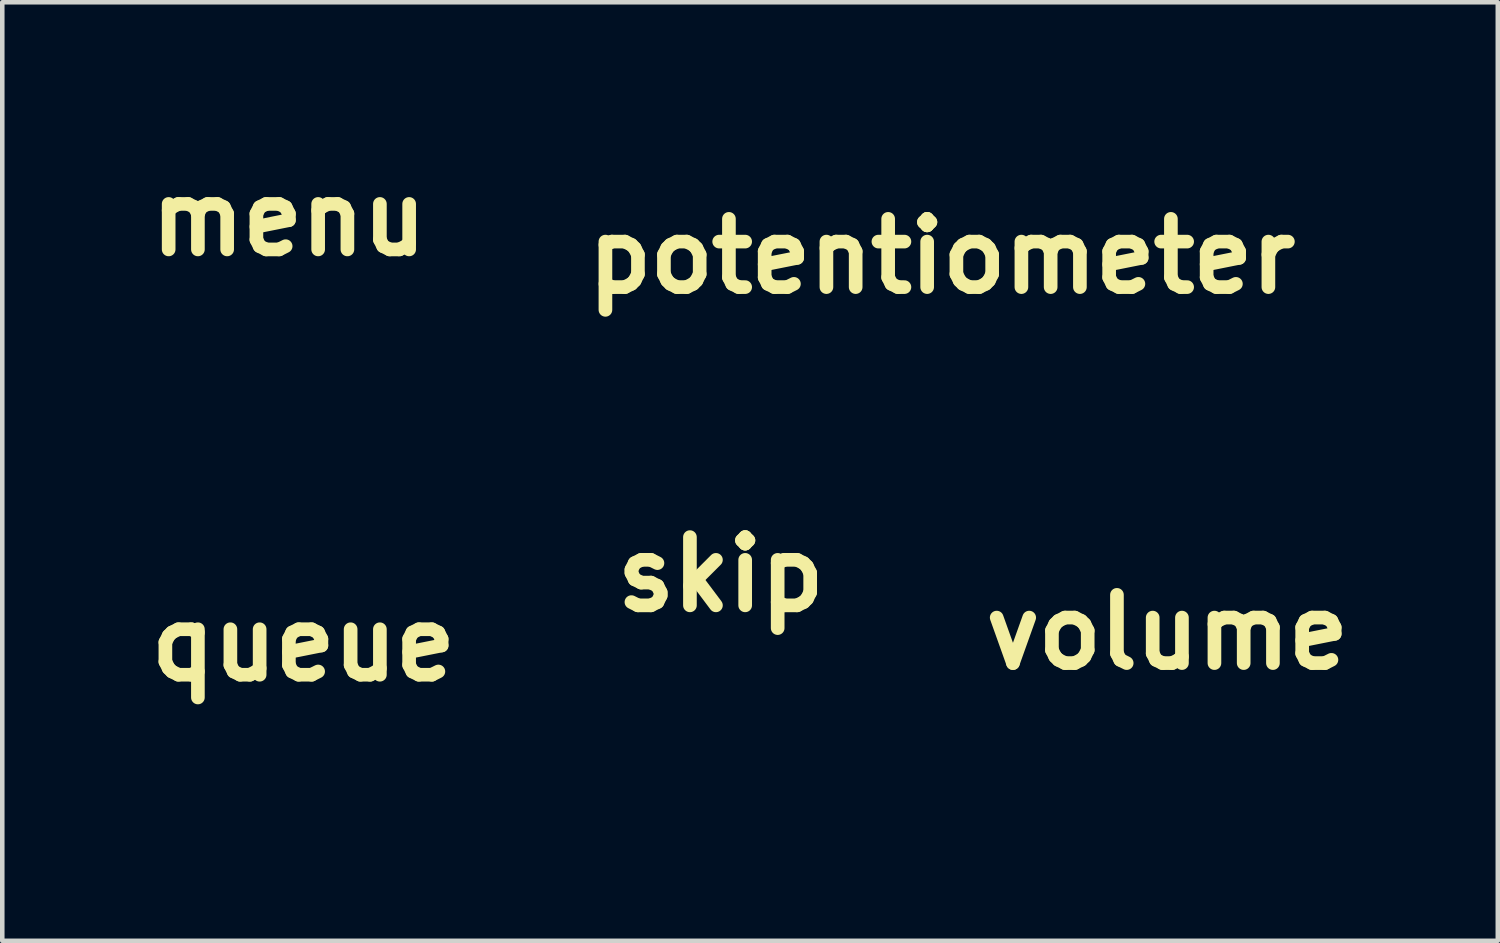
<source format=kicad_pcb>
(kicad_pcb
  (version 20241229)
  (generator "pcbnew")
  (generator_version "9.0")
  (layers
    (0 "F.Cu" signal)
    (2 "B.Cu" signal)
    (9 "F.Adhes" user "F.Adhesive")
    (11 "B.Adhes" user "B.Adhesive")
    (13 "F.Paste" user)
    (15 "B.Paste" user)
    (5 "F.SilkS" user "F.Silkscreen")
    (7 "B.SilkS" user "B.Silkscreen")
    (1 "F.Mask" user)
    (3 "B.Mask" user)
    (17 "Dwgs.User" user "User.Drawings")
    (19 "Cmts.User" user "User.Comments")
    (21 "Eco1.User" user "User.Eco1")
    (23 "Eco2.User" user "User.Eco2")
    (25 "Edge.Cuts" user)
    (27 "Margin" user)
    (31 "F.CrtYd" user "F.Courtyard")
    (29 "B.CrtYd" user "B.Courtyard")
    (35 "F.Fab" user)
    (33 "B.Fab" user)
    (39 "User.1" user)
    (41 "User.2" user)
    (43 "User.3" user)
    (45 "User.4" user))
  (footprint "queue"
    (layer "F.Cu")
    (at 3.621 11.102)
    (property "Reference" "queue" (at 0 0 0) (layer "F.SilkS") (effects (font (size 1.5 1.5) (thickness 0.3))))
    (attr board_only exclude_from_pos_files exclude_from_bom)
    (fp_poly (pts (xy 2.678 1.897) (xy 2.678 2.321) (xy 0.067 2.321) (xy -2.544 2.321) (xy -2.544 1.897) (xy -2.544 1.473) (xy 0.067 1.473) (xy 2.678 1.473)) (stroke (width 0) (type solid)) (fill yes) (layer "F.Mask"))
    (fp_poly (pts (xy 2.678 3.125) (xy 2.678 3.527) (xy 0.067 3.527) (xy -2.544 3.527) (xy -2.544 3.125) (xy -2.544 2.723) (xy 0.067 2.723) (xy 2.678 2.723)) (stroke (width 0) (type solid)) (fill yes) (layer "F.Mask"))
    (fp_poly (pts (xy 2.669 0.681) (xy 2.656 1.094) (xy 0.086 1.105) (xy -0.385 1.107) (xy -0.829 1.107) (xy -1.238 1.107) (xy -1.605 1.105) (xy -1.92 1.103) (xy -2.177 1.1) (xy -2.367 1.096) (xy -2.482 1.091) (xy -2.514 1.087) (xy -2.528 1.031) (xy -2.538 0.909) (xy -2.544 0.741) (xy -2.544 0.662) (xy -2.544 0.268) (xy 0.069 0.268) (xy 2.682 0.268)) (stroke (width 0) (type solid)) (fill yes) (layer "F.Mask"))
    (fp_poly (pts (xy -0.766 -3.33) (xy -0.734 -3.279) (xy -0.682 -3.166) (xy -0.62 -3.012) (xy -0.603 -2.966) (xy -0.54 -2.798) (xy -0.494 -2.698) (xy -0.453 -2.652) (xy -0.404 -2.642) (xy -0.354 -2.65) (xy -0.229 -2.675) (xy -0.36 -2.398) (xy -0.43 -2.258) (xy -0.489 -2.154) (xy -0.524 -2.11) (xy -0.524 -2.11) (xy -0.58 -2.122) (xy -0.69 -2.163) (xy -0.815 -2.217) (xy -0.971 -2.296) (xy -1.056 -2.358) (xy -1.066 -2.398) (xy -1.003 -2.411) (xy -0.938 -2.432) (xy -0.915 -2.501) (xy -0.934 -2.63) (xy -0.996 -2.826) (xy -1.003 -2.843) (xy -1.058 -3.002) (xy -1.098 -3.129) (xy -1.116 -3.201) (xy -1.116 -3.205) (xy -1.078 -3.247) (xy -0.987 -3.292) (xy -0.88 -3.326) (xy -0.791 -3.337)) (stroke (width 0) (type solid)) (fill yes) (layer "F.Mask"))
    (fp_poly (pts (xy 2.055 -2.693) (xy 2.084 -2.637) (xy 2.132 -2.522) (xy 2.188 -2.374) (xy 2.245 -2.218) (xy 2.291 -2.082) (xy 2.318 -1.989) (xy 2.321 -1.969) (xy 2.283 -1.934) (xy 2.191 -1.892) (xy 2.176 -1.887) (xy 2.102 -1.862) (xy 1.955 -1.809) (xy 1.744 -1.732) (xy 1.48 -1.636) (xy 1.173 -1.524) (xy 0.833 -1.4) (xy 0.47 -1.267) (xy 0.424 -1.25) (xy -0.155 -1.038) (xy -0.657 -0.854) (xy -1.085 -0.697) (xy -1.446 -0.566) (xy -1.745 -0.457) (xy -1.988 -0.37) (xy -2.179 -0.301) (xy -2.325 -0.25) (xy -2.432 -0.214) (xy -2.503 -0.192) (xy -2.546 -0.181) (xy -2.561 -0.179) (xy -2.597 -0.218) (xy -2.651 -0.323) (xy -2.712 -0.474) (xy -2.737 -0.542) (xy -2.789 -0.71) (xy -2.822 -0.844) (xy -2.831 -0.925) (xy -2.826 -0.937) (xy -2.808 -0.948) (xy -2.769 -0.966) (xy -2.702 -0.994) (xy -2.601 -1.033) (xy -2.459 -1.087) (xy -2.269 -1.158) (xy -2.025 -1.248) (xy -1.72 -1.36) (xy -1.347 -1.496) (xy -0.9 -1.659) (xy -0.692 -1.735) (xy -0.369 -1.852) (xy 0.005 -1.989) (xy 0.399 -2.134) (xy 0.782 -2.274) (xy 1.088 -2.386) (xy 1.36 -2.484) (xy 1.603 -2.568) (xy 1.806 -2.633) (xy 1.956 -2.677) (xy 2.041 -2.694)) (stroke (width 0) (type solid)) (fill yes) (layer "F.Mask")))
  (footprint "menu"
    (layer "F.Cu")
    (at 3.3 1.754)
    (property "Reference" "menu" (at 0 0 0) (layer "F.SilkS") (effects (font (size 1.5 1.5) (thickness 0.3))))
    (attr board_only exclude_from_pos_files exclude_from_bom)
    (fp_poly (pts (xy -2.204 -0.236) (xy -2.091 -0.114) (xy -2.01 0.035) (xy -2.023 0.152) (xy -2.091 0.267) (xy -2.254 0.412) (xy -2.457 0.462) (xy -2.645 0.413) (xy -2.743 0.31) (xy -2.823 0.053) (xy -2.773 -0.151) (xy -2.608 -0.277) (xy -2.427 -0.305)) (stroke (width 0) (type solid)) (fill yes) (layer "F.Mask"))
    (fp_poly (pts (xy -2.282 -1.724) (xy -2.1 -1.578) (xy -2.091 -1.564) (xy -2.01 -1.414) (xy -2.023 -1.297) (xy -2.091 -1.182) (xy -2.259 -1.038) (xy -2.476 -0.988) (xy -2.679 -1.042) (xy -2.731 -1.083) (xy -2.814 -1.261) (xy -2.796 -1.476) (xy -2.702 -1.634) (xy -2.5 -1.745)) (stroke (width 0) (type solid)) (fill yes) (layer "F.Mask"))
    (fp_poly (pts (xy -2.21 1.163) (xy -2.062 1.33) (xy -2.052 1.356) (xy -2.03 1.579) (xy -2.121 1.762) (xy -2.285 1.877) (xy -2.485 1.901) (xy -2.682 1.806) (xy -2.702 1.787) (xy -2.81 1.588) (xy -2.795 1.371) (xy -2.661 1.195) (xy -2.649 1.187) (xy -2.421 1.111)) (stroke (width 0) (type solid)) (fill yes) (layer "F.Mask"))
    (fp_poly (pts (xy 1.173 -1.753) (xy 1.63 -1.749) (xy 1.971 -1.74) (xy 2.215 -1.726) (xy 2.379 -1.705) (xy 2.483 -1.677) (xy 2.544 -1.64) (xy 2.55 -1.634) (xy 2.66 -1.444) (xy 2.629 -1.22) (xy 2.591 -1.139) (xy 2.559 -1.093) (xy 2.506 -1.058) (xy 2.413 -1.032) (xy 2.263 -1.014) (xy 2.037 -1.002) (xy 1.716 -0.995) (xy 1.281 -0.992) (xy 0.715 -0.992) (xy 0.623 -0.992) (xy -0.025 -0.994) (xy -0.531 -1.002) (xy -0.907 -1.015) (xy -1.164 -1.035) (xy -1.312 -1.061) (xy -1.358 -1.083) (xy -1.434 -1.248) (xy -1.44 -1.463) (xy -1.375 -1.643) (xy -1.358 -1.663) (xy -1.275 -1.694) (xy -1.092 -1.719) (xy -0.796 -1.736) (xy -0.376 -1.748) (xy 0.178 -1.753) (xy 0.582 -1.754)) (stroke (width 0) (type solid)) (fill yes) (layer "F.Mask"))
    (fp_poly (pts (xy 1.188 1.069) (xy 1.616 1.072) (xy 1.932 1.079) (xy 2.156 1.092) (xy 2.307 1.113) (xy 2.407 1.142) (xy 2.475 1.183) (xy 2.517 1.22) (xy 2.65 1.435) (xy 2.641 1.651) (xy 2.55 1.787) (xy 2.493 1.825) (xy 2.395 1.855) (xy 2.24 1.876) (xy 2.007 1.891) (xy 1.679 1.9) (xy 1.238 1.905) (xy 0.665 1.907) (xy 0.582 1.907) (xy -0.059 1.904) (xy -0.558 1.897) (xy -0.927 1.883) (xy -1.177 1.863) (xy -1.32 1.835) (xy -1.358 1.815) (xy -1.444 1.635) (xy -1.43 1.415) (xy -1.326 1.226) (xy -1.28 1.187) (xy -1.201 1.147) (xy -1.08 1.117) (xy -0.896 1.096) (xy -0.631 1.081) (xy -0.265 1.073) (xy 0.222 1.069) (xy 0.627 1.068)) (stroke (width 0) (type solid)) (fill yes) (layer "F.Mask"))
    (fp_poly (pts (xy 1.209 -0.305) (xy 1.661 -0.302) (xy 1.997 -0.296) (xy 2.236 -0.285) (xy 2.396 -0.268) (xy 2.495 -0.243) (xy 2.553 -0.209) (xy 2.587 -0.165) (xy 2.591 -0.158) (xy 2.665 0.082) (xy 2.599 0.281) (xy 2.55 0.338) (xy 2.493 0.376) (xy 2.395 0.405) (xy 2.24 0.427) (xy 2.007 0.442) (xy 1.679 0.451) (xy 1.238 0.456) (xy 0.665 0.458) (xy 0.582 0.458) (xy -0.059 0.455) (xy -0.558 0.447) (xy -0.927 0.433) (xy -1.177 0.413) (xy -1.32 0.386) (xy -1.358 0.366) (xy -1.434 0.201) (xy -1.44 -0.014) (xy -1.375 -0.193) (xy -1.358 -0.214) (xy -1.276 -0.245) (xy -1.094 -0.269) (xy -0.801 -0.287) (xy -0.385 -0.298) (xy 0.165 -0.304) (xy 0.623 -0.305)) (stroke (width 0) (type solid)) (fill yes) (layer "F.Mask")))
  (footprint "potentiometer"
    (layer "F.Cu")
    (at 17.65 2.582)
    (property "Reference" "potentiometer" (at 0 0 0) (layer "F.SilkS") (effects (font (size 1.5 1.5) (thickness 0.3))))
    (attr board_only exclude_from_pos_files exclude_from_bom)
    (fp_poly (pts (xy -0.017 -2.573) (xy -0.004 -2.541) (xy 0.007 -2.479) (xy 0.016 -2.378) (xy 0.023 -2.23) (xy 0.029 -2.028) (xy 0.035 -1.802) (xy 0.052 -1.022) (xy 0.212 -1.005) (xy 0.373 -0.988) (xy 0.178 -0.65) (xy 0.098 -0.516) (xy 0.031 -0.407) (xy -0.016 -0.335) (xy -0.035 -0.313) (xy -0.058 -0.341) (xy -0.107 -0.416) (xy -0.174 -0.527) (xy -0.225 -0.615) (xy -0.3 -0.748) (xy -0.36 -0.859) (xy -0.399 -0.936) (xy -0.409 -0.96) (xy -0.385 -0.99) (xy -0.3 -1.009) (xy -0.271 -1.011) (xy -0.121 -1.022) (xy -0.104 -1.802) (xy -0.098 -2.058) (xy -0.091 -2.252) (xy -0.084 -2.393) (xy -0.075 -2.489) (xy -0.064 -2.547) (xy -0.05 -2.575) (xy -0.035 -2.582)) (stroke (width 0) (type solid)) (fill yes) (layer "F.Mask"))
    (fp_poly (pts (xy -1.431 0.171) (xy -1.369 0.272) (xy -1.298 0.436) (xy -1.215 0.665) (xy -1.17 0.801) (xy -1.085 1.062) (xy -1.02 1.259) (xy -0.969 1.394) (xy -0.928 1.466) (xy -0.891 1.478) (xy -0.852 1.429) (xy -0.807 1.321) (xy -0.75 1.154) (xy -0.676 0.931) (xy -0.662 0.886) (xy -0.565 0.605) (xy -0.485 0.389) (xy -0.416 0.24) (xy -0.355 0.156) (xy -0.298 0.139) (xy -0.239 0.188) (xy -0.176 0.303) (xy -0.103 0.483) (xy -0.017 0.73) (xy 0.032 0.878) (xy 0.101 1.082) (xy 0.163 1.261) (xy 0.215 1.406) (xy 0.253 1.508) (xy 0.274 1.556) (xy 0.277 1.559) (xy 0.292 1.528) (xy 0.326 1.44) (xy 0.374 1.306) (xy 0.433 1.135) (xy 0.5 0.937) (xy 0.52 0.878) (xy 0.614 0.598) (xy 0.693 0.384) (xy 0.761 0.236) (xy 0.821 0.154) (xy 0.879 0.138) (xy 0.938 0.188) (xy 1.002 0.304) (xy 1.077 0.487) (xy 1.164 0.736) (xy 1.215 0.886) (xy 1.296 1.124) (xy 1.36 1.301) (xy 1.407 1.422) (xy 1.441 1.492) (xy 1.464 1.517) (xy 1.475 1.507) (xy 1.503 1.437) (xy 1.545 1.33) (xy 1.577 1.247) (xy 1.65 1.057) (xy 2.675 1.048) (xy 2.97 1.045) (xy 3.204 1.044) (xy 3.382 1.045) (xy 3.514 1.048) (xy 3.606 1.054) (xy 3.666 1.062) (xy 3.701 1.073) (xy 3.718 1.088) (xy 3.722 1.096) (xy 3.729 1.193) (xy 3.681 1.269) (xy 3.629 1.295) (xy 3.574 1.301) (xy 3.46 1.306) (xy 3.297 1.31) (xy 3.097 1.314) (xy 2.87 1.316) (xy 2.699 1.316) (xy 1.846 1.317) (xy 1.757 1.568) (xy 1.707 1.715) (xy 1.659 1.86) (xy 1.625 1.97) (xy 1.625 1.97) (xy 1.573 2.087) (xy 1.503 2.159) (xy 1.428 2.177) (xy 1.368 2.145) (xy 1.342 2.098) (xy 1.3 1.996) (xy 1.244 1.849) (xy 1.181 1.671) (xy 1.114 1.471) (xy 1.111 1.463) (xy 1.045 1.264) (xy 0.986 1.086) (xy 0.935 0.94) (xy 0.899 0.838) (xy 0.879 0.79) (xy 0.879 0.79) (xy 0.861 0.808) (xy 0.825 0.884) (xy 0.775 1.01) (xy 0.714 1.175) (xy 0.646 1.373) (xy 0.624 1.437) (xy 0.528 1.719) (xy 0.448 1.935) (xy 0.38 2.084) (xy 0.319 2.167) (xy 0.261 2.183) (xy 0.202 2.133) (xy 0.138 2.017) (xy 0.064 1.835) (xy -0.024 1.586) (xy -0.074 1.438) (xy -0.153 1.205) (xy -0.214 1.032) (xy -0.261 0.912) (xy -0.294 0.84) (xy -0.318 0.809) (xy -0.335 0.813) (xy -0.338 0.818) (xy -0.359 0.871) (xy -0.398 0.978) (xy -0.45 1.127) (xy -0.511 1.307) (xy -0.572 1.49) (xy -0.637 1.686) (xy -0.698 1.86) (xy -0.749 2.001) (xy -0.786 2.098) (xy -0.806 2.14) (xy -0.868 2.178) (xy -0.901 2.183) (xy -0.973 2.16) (xy -0.996 2.14) (xy -1.017 2.095) (xy -1.055 1.994) (xy -1.107 1.85) (xy -1.169 1.672) (xy -1.237 1.47) (xy -1.248 1.438) (xy -1.315 1.236) (xy -1.375 1.055) (xy -1.425 0.908) (xy -1.462 0.803) (xy -1.481 0.752) (xy -1.482 0.75) (xy -1.501 0.765) (xy -1.537 0.833) (xy -1.584 0.938) (xy -1.598 0.975) (xy -1.653 1.102) (xy -1.707 1.206) (xy -1.75 1.268) (xy -1.756 1.273) (xy -1.796 1.288) (xy -1.876 1.299) (xy -2.001 1.307) (xy -2.178 1.312) (xy -2.413 1.315) (xy -2.711 1.316) (xy -2.718 1.316) (xy -2.965 1.315) (xy -3.192 1.313) (xy -3.39 1.31) (xy -3.547 1.305) (xy -3.654 1.3) (xy -3.698 1.295) (xy -3.775 1.244) (xy -3.803 1.157) (xy -3.791 1.096) (xy -3.779 1.079) (xy -3.75 1.066) (xy -3.698 1.056) (xy -3.615 1.049) (xy -3.493 1.044) (xy -3.323 1.041) (xy -3.099 1.04) (xy -2.857 1.04) (xy -2.562 1.039) (xy -2.329 1.036) (xy -2.155 1.031) (xy -2.032 1.024) (xy -1.956 1.013) (xy -1.92 1) (xy -1.917 0.997) (xy -1.894 0.949) (xy -1.854 0.85) (xy -1.802 0.716) (xy -1.75 0.576) (xy -1.674 0.379) (xy -1.607 0.238) (xy -1.547 0.156) (xy -1.49 0.133)) (stroke (width 0) (type solid)) (fill yes) (layer "F.Mask")))
  (footprint "skip"
    (layer "F.Cu")
    (at 12.793 9.577)
    (property "Reference" "skip" (at 0 0 0) (layer "F.SilkS") (effects (font (size 1.5 1.5) (thickness 0.3))))
    (attr board_only exclude_from_pos_files exclude_from_bom)
    (fp_poly (pts (xy 1.72 -1.81) (xy 1.79 -1.795) (xy 1.845 -1.76) (xy 1.886 -1.695) (xy 1.915 -1.592) (xy 1.935 -1.442) (xy 1.946 -1.236) (xy 1.952 -0.967) (xy 1.954 -0.625) (xy 1.954 -0.201) (xy 1.954 0.095) (xy 1.954 0.572) (xy 1.954 0.962) (xy 1.95 1.274) (xy 1.942 1.517) (xy 1.928 1.699) (xy 1.905 1.829) (xy 1.871 1.916) (xy 1.825 1.968) (xy 1.764 1.994) (xy 1.687 2.002) (xy 1.592 2.002) (xy 1.525 2.002) (xy 1.316 1.987) (xy 1.191 1.943) (xy 1.171 1.927) (xy 1.151 1.897) (xy 1.135 1.847) (xy 1.123 1.765) (xy 1.113 1.644) (xy 1.106 1.474) (xy 1.101 1.245) (xy 1.098 0.95) (xy 1.097 0.578) (xy 1.096 0.12) (xy 1.096 0.095) (xy 1.096 -0.381) (xy 1.096 -0.771) (xy 1.1 -1.083) (xy 1.108 -1.326) (xy 1.122 -1.508) (xy 1.145 -1.638) (xy 1.179 -1.725) (xy 1.225 -1.777) (xy 1.286 -1.803) (xy 1.363 -1.812) (xy 1.458 -1.811) (xy 1.525 -1.811) (xy 1.632 -1.812)) (stroke (width 0) (type solid)) (fill yes) (layer "F.Mask"))
    (fp_poly (pts (xy -1.87 -1.799) (xy -1.82 -1.779) (xy -1.746 -1.736) (xy -1.643 -1.664) (xy -1.502 -1.559) (xy -1.319 -1.418) (xy -1.084 -1.234) (xy -0.793 -1.003) (xy -0.438 -0.722) (xy -0.167 -0.507) (xy 0.076 -0.311) (xy 0.25 -0.163) (xy 0.365 -0.053) (xy 0.429 0.028) (xy 0.452 0.089) (xy 0.453 0.097) (xy 0.433 0.164) (xy 0.366 0.25) (xy 0.244 0.367) (xy 0.054 0.523) (xy -0.004 0.569) (xy -0.202 0.726) (xy -0.45 0.921) (xy -0.723 1.137) (xy -0.995 1.351) (xy -1.14 1.465) (xy -1.358 1.636) (xy -1.551 1.785) (xy -1.705 1.901) (xy -1.809 1.976) (xy -1.85 2) (xy -1.914 1.977) (xy -1.966 1.95) (xy -1.987 1.932) (xy -2.005 1.898) (xy -2.019 1.841) (xy -2.029 1.749) (xy -2.037 1.616) (xy -2.043 1.43) (xy -2.046 1.183) (xy -2.048 0.867) (xy -2.049 0.47) (xy -2.049 0.12) (xy -2.049 -0.346) (xy -2.047 -0.725) (xy -2.044 -1.027) (xy -2.04 -1.262) (xy -2.033 -1.437) (xy -2.024 -1.563) (xy -2.011 -1.648) (xy -1.996 -1.702) (xy -1.977 -1.733) (xy -1.974 -1.736) (xy -1.949 -1.764) (xy -1.928 -1.787) (xy -1.904 -1.8)) (stroke (width 0) (type solid)) (fill yes) (layer "F.Mask")))
  (footprint "volume"
    (layer "F.Cu")
    (at 22.607 10.846)
    (property "Reference" "volume" (at 0 0 0) (layer "F.SilkS") (effects (font (size 1.5 1.5) (thickness 0.3))))
    (attr board_only exclude_from_pos_files exclude_from_bom)
    (fp_poly (pts (xy 1.42 -1.466) (xy 1.571 -1.327) (xy 1.731 -1.096) (xy 1.839 -0.897) (xy 1.97 -0.547) (xy 2.033 -0.163) (xy 2.031 0.235) (xy 1.965 0.626) (xy 1.84 0.991) (xy 1.656 1.309) (xy 1.549 1.438) (xy 1.408 1.546) (xy 1.259 1.59) (xy 1.128 1.564) (xy 1.083 1.531) (xy 1.03 1.417) (xy 1.057 1.269) (xy 1.162 1.096) (xy 1.192 1.06) (xy 1.329 0.849) (xy 1.442 0.583) (xy 1.516 0.296) (xy 1.541 0.047) (xy 1.512 -0.225) (xy 1.434 -0.512) (xy 1.319 -0.775) (xy 1.192 -0.967) (xy 1.067 -1.149) (xy 1.031 -1.301) (xy 1.082 -1.423) (xy 1.14 -1.473) (xy 1.277 -1.515)) (stroke (width 0) (type solid)) (fill yes) (layer "F.Mask"))
    (fp_poly (pts (xy 1.853 -2.551) (xy 2.002 -2.456) (xy 2.124 -2.34) (xy 2.487 -1.9) (xy 2.761 -1.44) (xy 2.949 -0.951) (xy 3.055 -0.425) (xy 3.082 0.047) (xy 3.043 0.609) (xy 2.924 1.129) (xy 2.722 1.612) (xy 2.433 2.068) (xy 2.124 2.433) (xy 1.955 2.587) (xy 1.813 2.656) (xy 1.692 2.644) (xy 1.614 2.588) (xy 1.553 2.492) (xy 1.557 2.381) (xy 1.631 2.242) (xy 1.775 2.068) (xy 2.103 1.649) (xy 2.341 1.206) (xy 2.492 0.732) (xy 2.557 0.223) (xy 2.557 -0.091) (xy 2.496 -0.603) (xy 2.36 -1.067) (xy 2.142 -1.496) (xy 1.838 -1.904) (xy 1.774 -1.976) (xy 1.628 -2.153) (xy 1.556 -2.29) (xy 1.553 -2.401) (xy 1.614 -2.495) (xy 1.726 -2.563)) (stroke (width 0) (type solid)) (fill yes) (layer "F.Mask"))
    (fp_poly (pts (xy 0.362 -3.05) (xy 0.419 -2.991) (xy 0.428 -2.927) (xy 0.437 -2.778) (xy 0.445 -2.556) (xy 0.452 -2.27) (xy 0.457 -1.93) (xy 0.462 -1.544) (xy 0.465 -1.124) (xy 0.467 -0.679) (xy 0.468 -0.219) (xy 0.469 0.247) (xy 0.468 0.709) (xy 0.465 1.156) (xy 0.462 1.581) (xy 0.458 1.971) (xy 0.453 2.319) (xy 0.446 2.613) (xy 0.438 2.845) (xy 0.43 3.004) (xy 0.42 3.081) (xy 0.419 3.085) (xy 0.327 3.16) (xy 0.223 3.175) (xy 0.169 3.168) (xy 0.106 3.141) (xy 0.026 3.087) (xy -0.082 2.999) (xy -0.225 2.868) (xy -0.413 2.688) (xy -0.655 2.45) (xy -0.721 2.384) (xy -1.517 1.594) (xy -2.133 1.579) (xy -2.383 1.572) (xy -2.559 1.564) (xy -2.678 1.55) (xy -2.758 1.528) (xy -2.82 1.492) (xy -2.88 1.44) (xy -2.896 1.424) (xy -2.983 1.338) (xy -3.05 1.257) (xy -3.099 1.168) (xy -3.133 1.058) (xy -3.155 0.912) (xy -3.168 0.717) (xy -3.173 0.46) (xy -3.175 0.127) (xy -3.175 0.013) (xy -3.175 -0.32) (xy -3.173 -0.574) (xy -3.169 -0.761) (xy -3.16 -0.896) (xy -3.146 -0.991) (xy -3.126 -1.061) (xy -3.097 -1.118) (xy -3.059 -1.177) (xy -3.057 -1.179) (xy -2.959 -1.306) (xy -2.851 -1.397) (xy -2.716 -1.459) (xy -2.537 -1.499) (xy -2.295 -1.521) (xy -2.054 -1.532) (xy -1.471 -1.549) (xy -0.697 -2.315) (xy -0.445 -2.564) (xy -0.249 -2.753) (xy -0.099 -2.891) (xy 0.013 -2.985) (xy 0.097 -3.043) (xy 0.162 -3.072) (xy 0.218 -3.082) (xy 0.223 -3.082)) (stroke (width 0) (type solid)) (fill yes) (layer "F.Mask")))
  (gr_rect
    (start -3 -3)
    (end 29.871 17.628)
    (stroke (width 0.1) (type default))
    (fill no)
    (layer "Edge.Cuts")))
</source>
